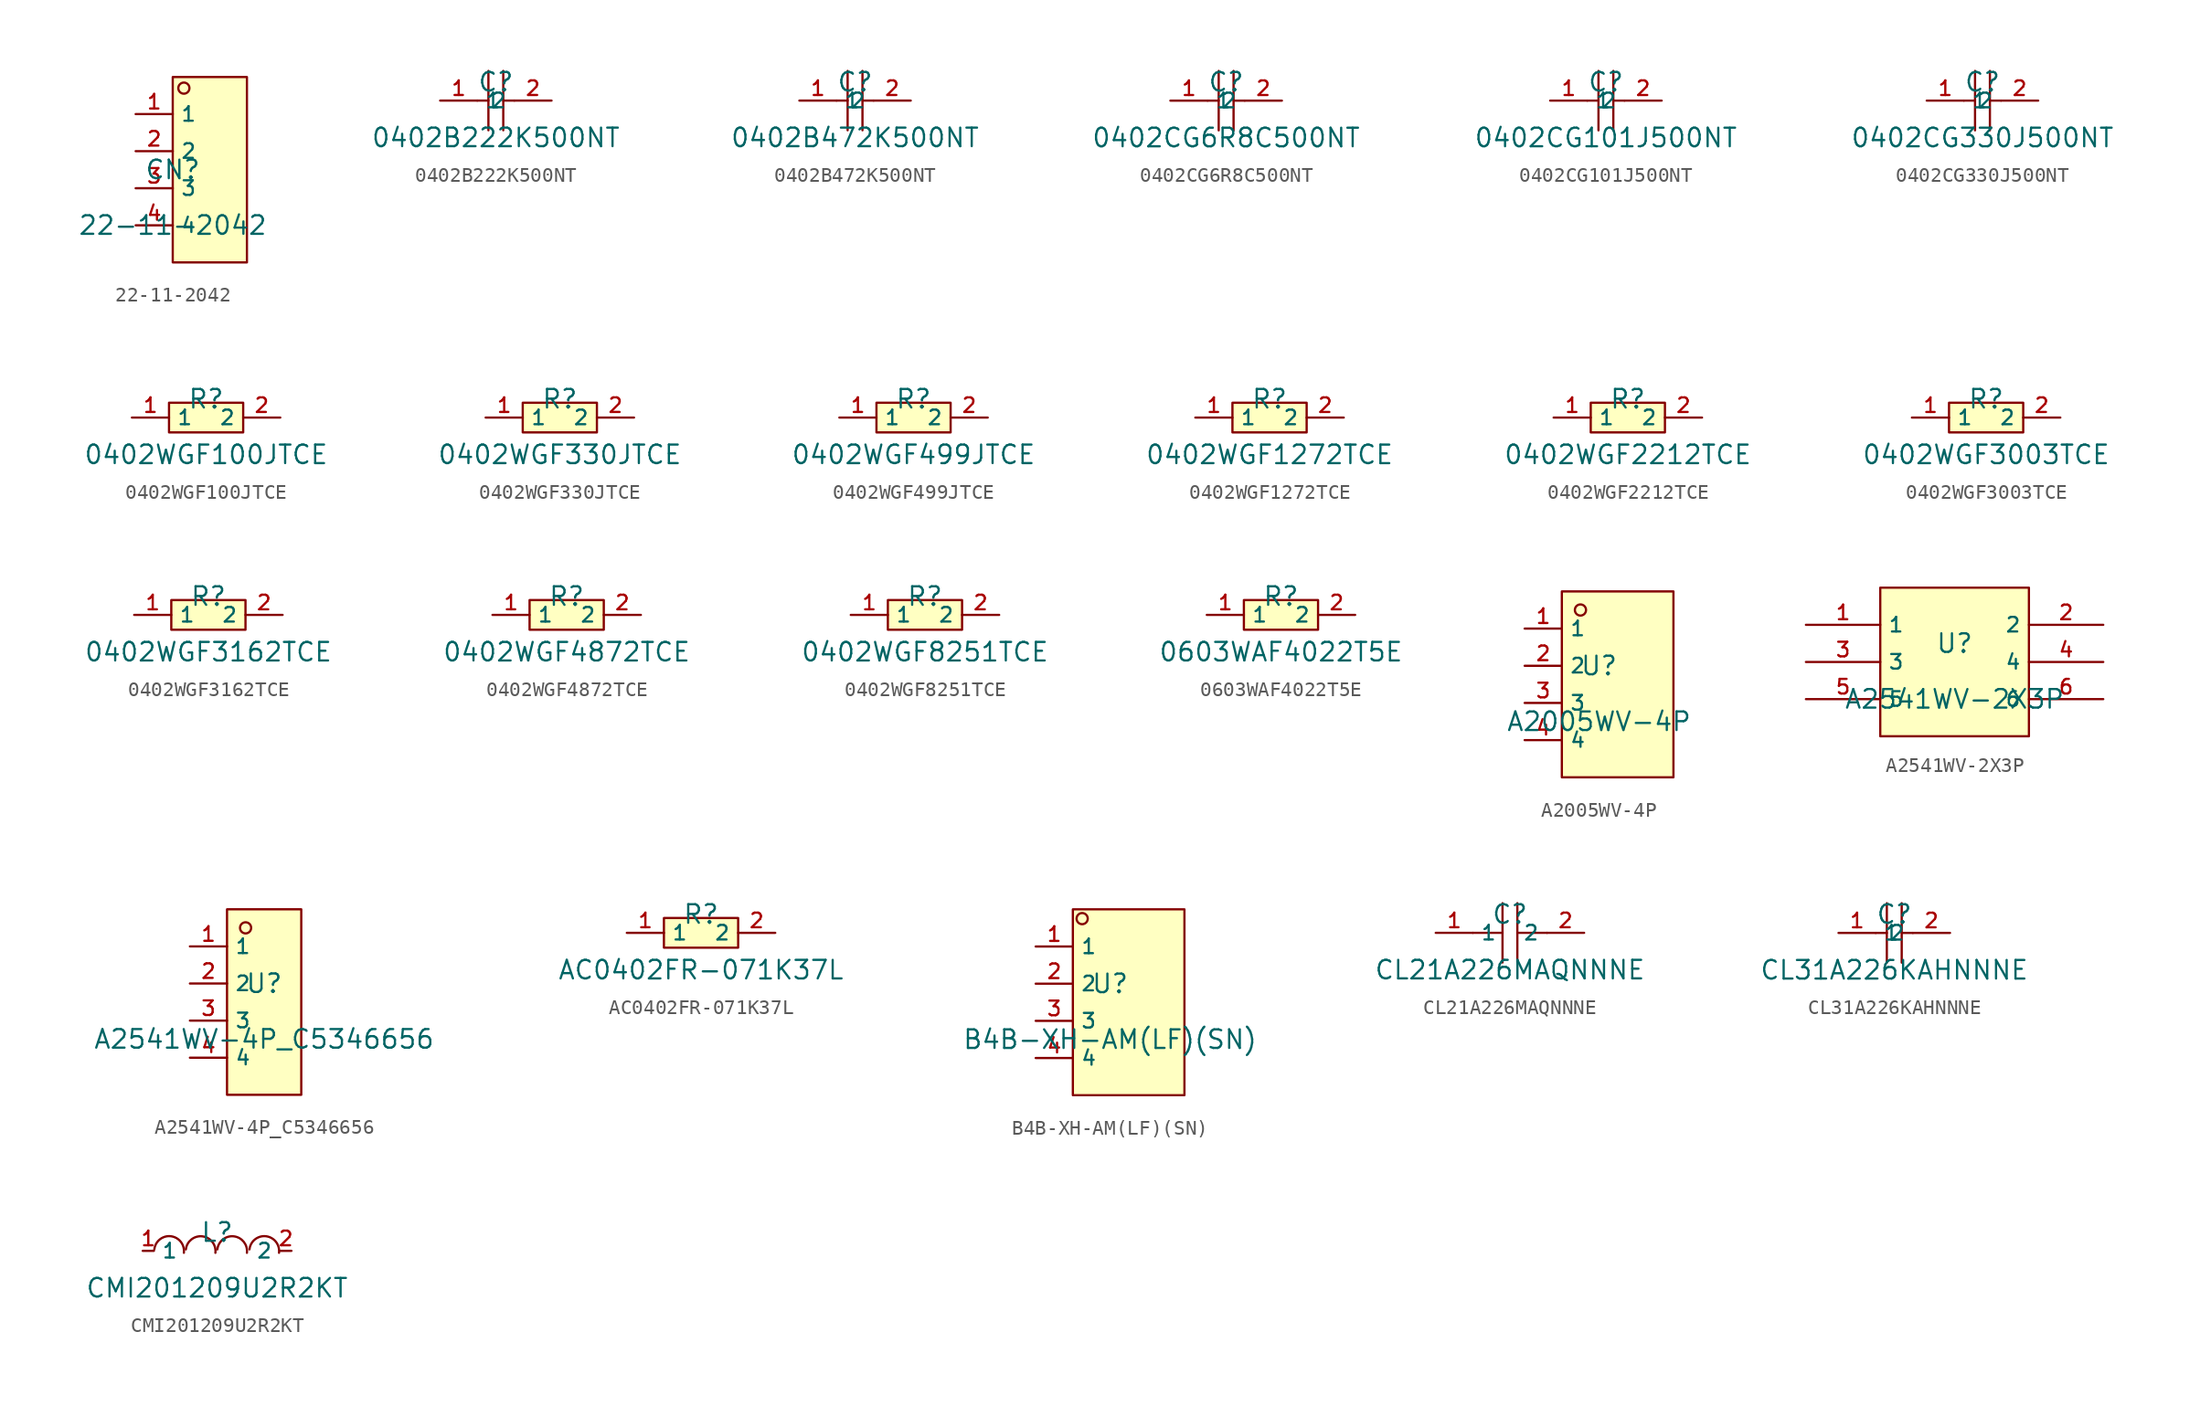
<source format=kicad_sym>
(kicad_symbol_lib
  (version 20241209)
  (generator "kicad_symbol_editor")
  (generator_version "9.0")
  (symbol "22-11-2042"
    (property "Reference" "CN"
      (at 0 1.27 0)
      (effects (font (size 1.27 1.27))))
    (property "Value" "22-11-2042"
      (at 0 -2.54 0)
      (effects (font (size 1.27 1.27))))
    (symbol "22-11-2042_0_1"
      (rectangle (start 0.0 7.62) (end 5.08 -5.08) (stroke (width 0) (type default) (color 0 0 0 0)) (fill (type background)))
      (circle (center 0.762 6.858) (radius 0.381) (stroke (width 0) (type default) (color 0 0 0 0)) (fill (type background)))
      (pin unspecified line (at -2.54 5.08 0) (length 2.54) (name "1" (effects (font (size 1 1)))) (number "1" (effects (font (size 1 1)))))
      (pin unspecified line (at -2.54 2.54 0) (length 2.54) (name "2" (effects (font (size 1 1)))) (number "2" (effects (font (size 1 1)))))
      (pin unspecified line (at -2.54 -0.0 0) (length 2.54) (name "3" (effects (font (size 1 1)))) (number "3" (effects (font (size 1 1)))))
      (pin unspecified line (at -2.54 -2.54 0) (length 2.54) (name "4" (effects (font (size 1 1)))) (number "4" (effects (font (size 1 1)))))))
  (symbol "0402B222K500NT"
    (property "Reference" "C"
      (at 0 1.27 0)
      (effects (font (size 1.27 1.27))))
    (property "Value" "0402B222K500NT"
      (at 0 -2.54 0)
      (effects (font (size 1.27 1.27))))
    (symbol "0402B222K500NT_0_1"
      (polyline (pts (xy -1.27 0) (xy -0.508 0)) (stroke (width 0) (type default)) (fill (type none)))
      (polyline (pts (xy -0.508 2.032) (xy -0.508 -2.032)) (stroke (width 0) (type default)) (fill (type none)))
      (polyline (pts (xy 0.508 2.032) (xy 0.508 -2.032)) (stroke (width 0) (type default)) (fill (type none)))
      (polyline (pts (xy 0.508 0) (xy 1.27 0)) (stroke (width 0) (type default)) (fill (type none)))
      (pin input line (at -3.81 0 0) (length 2.54) (name "1" (effects (font (size 1 1)))) (number "1" (effects (font (size 1 1)))))
      (pin input line (at 3.81 0 180) (length 2.54) (name "2" (effects (font (size 1 1)))) (number "2" (effects (font (size 1 1)))))))
  (symbol "0402B472K500NT"
    (property "Reference" "C"
      (at 0 1.27 0)
      (effects (font (size 1.27 1.27))))
    (property "Value" "0402B472K500NT"
      (at 0 -2.54 0)
      (effects (font (size 1.27 1.27))))
    (symbol "0402B472K500NT_0_1"
      (polyline (pts (xy -1.27 0) (xy -0.508 0)) (stroke (width 0) (type default)) (fill (type none)))
      (polyline (pts (xy -0.508 2.032) (xy -0.508 -2.032)) (stroke (width 0) (type default)) (fill (type none)))
      (polyline (pts (xy 0.508 2.032) (xy 0.508 -2.032)) (stroke (width 0) (type default)) (fill (type none)))
      (polyline (pts (xy 0.508 0) (xy 1.27 0)) (stroke (width 0) (type default)) (fill (type none)))
      (pin input line (at -3.81 0 0) (length 2.54) (name "1" (effects (font (size 1 1)))) (number "1" (effects (font (size 1 1)))))
      (pin input line (at 3.81 0 180) (length 2.54) (name "2" (effects (font (size 1 1)))) (number "2" (effects (font (size 1 1)))))))
  (symbol "0402CG6R8C500NT"
    (property "Reference" "C"
      (at 0 1.27 0)
      (effects (font (size 1.27 1.27))))
    (property "Value" "0402CG6R8C500NT"
      (at 0 -2.54 0)
      (effects (font (size 1.27 1.27))))
    (symbol "0402CG6R8C500NT_0_1"
      (polyline (pts (xy -1.27 0) (xy -0.508 0)) (stroke (width 0) (type default)) (fill (type none)))
      (polyline (pts (xy -0.508 2.032) (xy -0.508 -2.032)) (stroke (width 0) (type default)) (fill (type none)))
      (polyline (pts (xy 0.508 2.032) (xy 0.508 -2.032)) (stroke (width 0) (type default)) (fill (type none)))
      (polyline (pts (xy 0.508 0) (xy 1.27 0)) (stroke (width 0) (type default)) (fill (type none)))
      (pin input line (at -3.81 0 0) (length 2.54) (name "1" (effects (font (size 1 1)))) (number "1" (effects (font (size 1 1)))))
      (pin input line (at 3.81 0 180) (length 2.54) (name "2" (effects (font (size 1 1)))) (number "2" (effects (font (size 1 1)))))))
  (symbol "0402CG101J500NT"
    (property "Reference" "C"
      (at 0 1.27 0)
      (effects (font (size 1.27 1.27))))
    (property "Value" "0402CG101J500NT"
      (at 0 -2.54 0)
      (effects (font (size 1.27 1.27))))
    (symbol "0402CG101J500NT_0_1"
      (polyline (pts (xy -1.27 0) (xy -0.508 0)) (stroke (width 0) (type default)) (fill (type none)))
      (polyline (pts (xy -0.508 2.032) (xy -0.508 -2.032)) (stroke (width 0) (type default)) (fill (type none)))
      (polyline (pts (xy 0.508 2.032) (xy 0.508 -2.032)) (stroke (width 0) (type default)) (fill (type none)))
      (polyline (pts (xy 0.508 0) (xy 1.27 0)) (stroke (width 0) (type default)) (fill (type none)))
      (pin input line (at -3.81 0 0) (length 2.54) (name "1" (effects (font (size 1 1)))) (number "1" (effects (font (size 1 1)))))
      (pin input line (at 3.81 0 180) (length 2.54) (name "2" (effects (font (size 1 1)))) (number "2" (effects (font (size 1 1)))))))
  (symbol "0402CG330J500NT"
    (property "Reference" "C"
      (at 0 1.27 0)
      (effects (font (size 1.27 1.27))))
    (property "Value" "0402CG330J500NT"
      (at 0 -2.54 0)
      (effects (font (size 1.27 1.27))))
    (symbol "0402CG330J500NT_0_1"
      (polyline (pts (xy -1.27 0) (xy -0.508 0)) (stroke (width 0) (type default)) (fill (type none)))
      (polyline (pts (xy -0.508 2.032) (xy -0.508 -2.032)) (stroke (width 0) (type default)) (fill (type none)))
      (polyline (pts (xy 0.508 2.032) (xy 0.508 -2.032)) (stroke (width 0) (type default)) (fill (type none)))
      (polyline (pts (xy 0.508 0) (xy 1.27 0)) (stroke (width 0) (type default)) (fill (type none)))
      (pin input line (at -3.81 0 0) (length 2.54) (name "1" (effects (font (size 1 1)))) (number "1" (effects (font (size 1 1)))))
      (pin input line (at 3.81 0 180) (length 2.54) (name "2" (effects (font (size 1 1)))) (number "2" (effects (font (size 1 1)))))))
  (symbol "0402WGF100JTCE"
    (property "Reference" "R"
      (at 0 1.27 0)
      (effects (font (size 1.27 1.27))))
    (property "Value" "0402WGF100JTCE"
      (at 0 -2.54 0)
      (effects (font (size 1.27 1.27))))
    (symbol "0402WGF100JTCE_0_1"
      (rectangle (start -2.54 1.016) (end 2.54 -1.016) (stroke (width 0) (type default)) (fill (type background)))
      (pin input line (at -5.08 0 0) (length 2.54) (name "1" (effects (font (size 1 1)))) (number "1" (effects (font (size 1 1)))))
      (pin input line (at 5.08 0 180) (length 2.54) (name "2" (effects (font (size 1 1)))) (number "2" (effects (font (size 1 1)))))))
  (symbol "0402WGF330JTCE"
    (property "Reference" "R"
      (at 0 1.27 0)
      (effects (font (size 1.27 1.27))))
    (property "Value" "0402WGF330JTCE"
      (at 0 -2.54 0)
      (effects (font (size 1.27 1.27))))
    (symbol "0402WGF330JTCE_0_1"
      (pin input line (at 5.08 -0.0 180) (length 2.54) (name "2" (effects (font (size 1 1)))) (number "2" (effects (font (size 1 1)))))
      (pin input line (at -5.08 -0.0 0) (length 2.54) (name "1" (effects (font (size 1 1)))) (number "1" (effects (font (size 1 1)))))
      (rectangle (start -2.54 1.016) (end 2.54 -1.016) (stroke (width 0) (type default) (color 0 0 0 0)) (fill (type background)))))
  (symbol "0402WGF499JTCE"
    (property "Reference" "R"
      (at 0 1.27 0)
      (effects (font (size 1.27 1.27))))
    (property "Value" "0402WGF499JTCE"
      (at 0 -2.54 0)
      (effects (font (size 1.27 1.27))))
    (symbol "0402WGF499JTCE_0_1"
      (rectangle (start -2.54 1.016) (end 2.54 -1.016) (stroke (width 0) (type default)) (fill (type background)))
      (pin input line (at -5.08 0 0) (length 2.54) (name "1" (effects (font (size 1 1)))) (number "1" (effects (font (size 1 1)))))
      (pin input line (at 5.08 0 180) (length 2.54) (name "2" (effects (font (size 1 1)))) (number "2" (effects (font (size 1 1)))))))
  (symbol "0402WGF1272TCE"
    (property "Reference" "R"
      (at 0 1.27 0)
      (effects (font (size 1.27 1.27))))
    (property "Value" "0402WGF1272TCE"
      (at 0 -2.54 0)
      (effects (font (size 1.27 1.27))))
    (symbol "0402WGF1272TCE_0_1"
      (rectangle (start -2.54 1.016) (end 2.54 -1.016) (stroke (width 0) (type default)) (fill (type background)))
      (pin input line (at -5.08 0 0) (length 2.54) (name "1" (effects (font (size 1 1)))) (number "1" (effects (font (size 1 1)))))
      (pin input line (at 5.08 0 180) (length 2.54) (name "2" (effects (font (size 1 1)))) (number "2" (effects (font (size 1 1)))))))
  (symbol "0402WGF2212TCE"
    (property "Reference" "R"
      (at 0 1.27 0)
      (effects (font (size 1.27 1.27))))
    (property "Value" "0402WGF2212TCE"
      (at 0 -2.54 0)
      (effects (font (size 1.27 1.27))))
    (symbol "0402WGF2212TCE_0_1"
      (pin input line (at 5.08 -0.0 180) (length 2.54) (name "2" (effects (font (size 1 1)))) (number "2" (effects (font (size 1 1)))))
      (pin input line (at -5.08 -0.0 0) (length 2.54) (name "1" (effects (font (size 1 1)))) (number "1" (effects (font (size 1 1)))))
      (rectangle (start -2.54 1.016) (end 2.54 -1.016) (stroke (width 0) (type default) (color 0 0 0 0)) (fill (type background)))))
  (symbol "0402WGF3003TCE"
    (property "Reference" "R"
      (at 0 1.27 0)
      (effects (font (size 1.27 1.27))))
    (property "Value" "0402WGF3003TCE"
      (at 0 -2.54 0)
      (effects (font (size 1.27 1.27))))
    (symbol "0402WGF3003TCE_0_1"
      (pin input line (at 5.08 -0.0 180) (length 2.54) (name "2" (effects (font (size 1 1)))) (number "2" (effects (font (size 1 1)))))
      (pin input line (at -5.08 -0.0 0) (length 2.54) (name "1" (effects (font (size 1 1)))) (number "1" (effects (font (size 1 1)))))
      (rectangle (start -2.54 1.016) (end 2.54 -1.016) (stroke (width 0) (type default) (color 0 0 0 0)) (fill (type background)))))
  (symbol "0402WGF3162TCE"
    (property "Reference" "R"
      (at 0 1.27 0)
      (effects (font (size 1.27 1.27))))
    (property "Value" "0402WGF3162TCE"
      (at 0 -2.54 0)
      (effects (font (size 1.27 1.27))))
    (symbol "0402WGF3162TCE_0_1"
      (rectangle (start -2.54 1.016) (end 2.54 -1.016) (stroke (width 0) (type default)) (fill (type background)))
      (pin input line (at -5.08 0 0) (length 2.54) (name "1" (effects (font (size 1 1)))) (number "1" (effects (font (size 1 1)))))
      (pin input line (at 5.08 0 180) (length 2.54) (name "2" (effects (font (size 1 1)))) (number "2" (effects (font (size 1 1)))))))
  (symbol "0402WGF4872TCE"
    (property "Reference" "R"
      (at 0 1.27 0)
      (effects (font (size 1.27 1.27))))
    (property "Value" "0402WGF4872TCE"
      (at 0 -2.54 0)
      (effects (font (size 1.27 1.27))))
    (symbol "0402WGF4872TCE_0_1"
      (pin input line (at 5.08 -0.0 180) (length 2.54) (name "2" (effects (font (size 1 1)))) (number "2" (effects (font (size 1 1)))))
      (pin input line (at -5.08 -0.0 0) (length 2.54) (name "1" (effects (font (size 1 1)))) (number "1" (effects (font (size 1 1)))))
      (rectangle (start -2.54 1.016) (end 2.54 -1.016) (stroke (width 0) (type default) (color 0 0 0 0)) (fill (type background)))))
  (symbol "0402WGF8251TCE"
    (property "Reference" "R"
      (at 0 1.27 0)
      (effects (font (size 1.27 1.27))))
    (property "Value" "0402WGF8251TCE"
      (at 0 -2.54 0)
      (effects (font (size 1.27 1.27))))
    (symbol "0402WGF8251TCE_0_1"
      (rectangle (start -2.54 1.016) (end 2.54 -1.016) (stroke (width 0) (type default)) (fill (type background)))
      (pin input line (at -5.08 0 0) (length 2.54) (name "1" (effects (font (size 1 1)))) (number "1" (effects (font (size 1 1)))))
      (pin input line (at 5.08 0 180) (length 2.54) (name "2" (effects (font (size 1 1)))) (number "2" (effects (font (size 1 1)))))))
  (symbol "0603WAF4022T5E"
    (property "Reference" "R"
      (at 0 1.27 0)
      (effects (font (size 1.27 1.27))))
    (property "Value" "0603WAF4022T5E"
      (at 0 -2.54 0)
      (effects (font (size 1.27 1.27))))
    (symbol "0603WAF4022T5E_0_1"
      (rectangle (start -2.54 1.016) (end 2.54 -1.016) (stroke (width 0) (type default)) (fill (type background)))
      (pin input line (at -5.08 0 0) (length 2.54) (name "1" (effects (font (size 1 1)))) (number "1" (effects (font (size 1 1)))))
      (pin input line (at 5.08 0 180) (length 2.54) (name "2" (effects (font (size 1 1)))) (number "2" (effects (font (size 1 1)))))))
  (symbol "A2005WV-4P"
    (property "Reference" "U"
      (at 0 1.27 0)
      (effects (font (size 1.27 1.27))))
    (property "Value" "A2005WV-4P"
      (at 0 -2.54 0)
      (effects (font (size 1.27 1.27))))
    (symbol "A2005WV-4P_0_1"
      (rectangle (start -2.54 6.35) (end 5.08 -6.35) (stroke (width 0) (type default)) (fill (type background)))
      (circle (center -1.27 5.08) (radius 0.381) (stroke (width 0) (type default)) (fill (type background)))
      (pin unspecified line (at -5.08 3.81 0) (length 2.54) (name "1" (effects (font (size 1 1)))) (number "1" (effects (font (size 1 1)))))
      (pin unspecified line (at -5.08 1.27 0) (length 2.54) (name "2" (effects (font (size 1 1)))) (number "2" (effects (font (size 1 1)))))
      (pin unspecified line (at -5.08 -1.27 0) (length 2.54) (name "3" (effects (font (size 1 1)))) (number "3" (effects (font (size 1 1)))))
      (pin unspecified line (at -5.08 -3.81 0) (length 2.54) (name "4" (effects (font (size 1 1)))) (number "4" (effects (font (size 1 1)))))))
  (symbol "A2541WV-2X3P"
    (property "Reference" "U"
      (at 0 1.27 0)
      (effects (font (size 1.27 1.27))))
    (property "Value" "A2541WV-2X3P"
      (at 0 -2.54 0)
      (effects (font (size 1.27 1.27))))
    (symbol "A2541WV-2X3P_0_1"
      (rectangle (start -5.08 5.08) (end 5.08 -5.08) (stroke (width 0) (type default)) (fill (type background)))
      (pin unspecified line (at -10.16 2.54 0) (length 5.08) (name "1" (effects (font (size 1 1)))) (number "1" (effects (font (size 1 1)))))
      (pin unspecified line (at -10.16 0 0) (length 5.08) (name "3" (effects (font (size 1 1)))) (number "3" (effects (font (size 1 1)))))
      (pin unspecified line (at -10.16 -2.54 0) (length 5.08) (name "5" (effects (font (size 1 1)))) (number "5" (effects (font (size 1 1)))))
      (pin unspecified line (at 10.16 2.54 180) (length 5.08) (name "2" (effects (font (size 1 1)))) (number "2" (effects (font (size 1 1)))))
      (pin unspecified line (at 10.16 0 180) (length 5.08) (name "4" (effects (font (size 1 1)))) (number "4" (effects (font (size 1 1)))))
      (pin unspecified line (at 10.16 -2.54 180) (length 5.08) (name "6" (effects (font (size 1 1)))) (number "6" (effects (font (size 1 1)))))))
  (symbol "A2541WV-4P_C5346656"
    (property "Reference" "U"
      (at 0 1.27 0)
      (effects (font (size 1.27 1.27))))
    (property "Value" "A2541WV-4P_C5346656"
      (at 0 -2.54 0)
      (effects (font (size 1.27 1.27))))
    (symbol "A2541WV-4P_C5346656_0_1"
      (rectangle (start -2.54 6.35) (end 2.54 -6.35) (stroke (width 0) (type default) (color 0 0 0 0)) (fill (type background)))
      (circle (center -1.27 5.08) (radius 0.381) (stroke (width 0) (type default) (color 0 0 0 0)) (fill (type background)))
      (pin unspecified line (at -5.08 3.81 0) (length 2.54) (name "1" (effects (font (size 1 1)))) (number "1" (effects (font (size 1 1)))))
      (pin unspecified line (at -5.08 1.27 0) (length 2.54) (name "2" (effects (font (size 1 1)))) (number "2" (effects (font (size 1 1)))))
      (pin unspecified line (at -5.08 -1.27 0) (length 2.54) (name "3" (effects (font (size 1 1)))) (number "3" (effects (font (size 1 1)))))
      (pin unspecified line (at -5.08 -3.81 0) (length 2.54) (name "4" (effects (font (size 1 1)))) (number "4" (effects (font (size 1 1)))))))
  (symbol "AC0402FR-071K37L"
    (property "Reference" "R"
      (at 0 1.27 0)
      (effects (font (size 1.27 1.27))))
    (property "Value" "AC0402FR-071K37L"
      (at 0 -2.54 0)
      (effects (font (size 1.27 1.27))))
    (symbol "AC0402FR-071K37L_0_1"
      (rectangle (start -2.54 1.016) (end 2.54 -1.016) (stroke (width 0) (type default)) (fill (type background)))
      (pin unspecified line (at -5.08 0 0) (length 2.54) (name "1" (effects (font (size 1 1)))) (number "1" (effects (font (size 1 1)))))
      (pin unspecified line (at 5.08 0 180) (length 2.54) (name "2" (effects (font (size 1 1)))) (number "2" (effects (font (size 1 1)))))))
  (symbol "B4B-XH-AM(LF)(SN)"
    (property "Reference" "U"
      (at 0 1.27 0)
      (effects (font (size 1.27 1.27))))
    (property "Value" "B4B-XH-AM(LF)(SN)"
      (at 0 -2.54 0)
      (effects (font (size 1.27 1.27))))
    (symbol "B4B-XH-AM(LF)(SN)_0_1"
      (rectangle (start -2.54 6.35) (end 5.08 -6.35) (stroke (width 0) (type default) (color 0 0 0 0)) (fill (type background)))
      (circle (center -1.905 5.715) (radius 0.381) (stroke (width 0) (type default) (color 0 0 0 0)) (fill (type background)))
      (pin unspecified line (at -5.08 3.81 0) (length 2.54) (name "1" (effects (font (size 1 1)))) (number "1" (effects (font (size 1 1)))))
      (pin unspecified line (at -5.08 1.27 0) (length 2.54) (name "2" (effects (font (size 1 1)))) (number "2" (effects (font (size 1 1)))))
      (pin unspecified line (at -5.08 -1.27 0) (length 2.54) (name "3" (effects (font (size 1 1)))) (number "3" (effects (font (size 1 1)))))
      (pin unspecified line (at -5.08 -3.81 0) (length 2.54) (name "4" (effects (font (size 1 1)))) (number "4" (effects (font (size 1 1)))))))
  (symbol "CL21A226MAQNNNE"
    (property "Reference" "C"
      (at 0 1.27 0)
      (effects (font (size 1.27 1.27))))
    (property "Value" "CL21A226MAQNNNE"
      (at 0 -2.54 0)
      (effects (font (size 1.27 1.27))))
    (symbol "CL21A226MAQNNNE_0_1"
      (polyline (pts (xy -0.508 0) (xy -2.54 0)) (stroke (width 0) (type default)) (fill (type none)))
      (polyline (pts (xy -0.508 -2.032) (xy -0.508 2.032)) (stroke (width 0) (type default)) (fill (type none)))
      (polyline (pts (xy 0.508 2.032) (xy 0.508 -2.032)) (stroke (width 0) (type default)) (fill (type none)))
      (polyline (pts (xy 2.54 0) (xy 0.508 0)) (stroke (width 0) (type default)) (fill (type none)))
      (pin unspecified line (at -5.08 0 0) (length 2.54) (name "1" (effects (font (size 1 1)))) (number "1" (effects (font (size 1 1)))))
      (pin unspecified line (at 5.08 0 180) (length 2.54) (name "2" (effects (font (size 1 1)))) (number "2" (effects (font (size 1 1)))))))
  (symbol "CL31A226KAHNNNE"
    (property "Reference" "C"
      (at 0 1.27 0)
      (effects (font (size 1.27 1.27))))
    (property "Value" "CL31A226KAHNNNE"
      (at 0 -2.54 0)
      (effects (font (size 1.27 1.27))))
    (symbol "CL31A226KAHNNNE_0_1"
      (polyline (pts (xy -1.27 0) (xy -0.508 0)) (stroke (width 0) (type default)) (fill (type none)))
      (polyline (pts (xy -0.508 2.032) (xy -0.508 -2.032)) (stroke (width 0) (type default)) (fill (type none)))
      (polyline (pts (xy 0.508 2.032) (xy 0.508 -2.032)) (stroke (width 0) (type default)) (fill (type none)))
      (polyline (pts (xy 0.508 0) (xy 1.27 0)) (stroke (width 0) (type default)) (fill (type none)))
      (pin input line (at -3.81 0 0) (length 2.54) (name "1" (effects (font (size 1 1)))) (number "1" (effects (font (size 1 1)))))
      (pin input line (at 3.81 0 180) (length 2.54) (name "2" (effects (font (size 1 1)))) (number "2" (effects (font (size 1 1)))))))
  (symbol "CMI201209U2R2KT"
    (property "Reference" "L"
      (at 0 1.27 0)
      (effects (font (size 1.27 1.27))))
    (property "Value" "CMI201209U2R2KT"
      (at 0 -2.54 0)
      (effects (font (size 1.27 1.27))))
    (symbol "CMI201209U2R2KT_0_1"
      (pin unspecified line (at 5.08 -0.0 180) (length 0.762) (name "2" (effects (font (size 1 1)))) (number "2" (effects (font (size 1 1)))))
      (pin unspecified line (at -5.08 -0.0 0) (length 0.762) (name "1" (effects (font (size 1 1)))) (number "1" (effects (font (size 1 1)))))
      (arc (start -2.2674329295749627 -0.1341053884638828) (mid -3.159011207982224 0.9926636483439573) (end -4.285780231504512 0.10108535314652943) (stroke (width 0) (type default) (color 0 0 0 0)) (fill (type none)))
      (arc (start -0.11354180781656804 -0.13565983668102555) (mid -1.0048024524285457 0.9913604595340889) (end -2.131822737142134 0.10009980037815772) (stroke (width 0) (type default) (color 0 0 0 0)) (fill (type none)))
      (arc (start 2.0378424949520375 -0.13565983668102555) (mid 1.1465818503400598 0.9913604595340889) (end 0.019561565626471496 0.10009980037815772) (stroke (width 0) (type default) (color 0 0 0 0)) (fill (type none)))
      (arc (start 4.231170015864318 -0.13410572965492382) (mid 3.3395921275494644 0.9926636202288113) (end 2.2128227952408546 0.10108570970264838) (stroke (width 0) (type default) (color 0 0 0 0)) (fill (type none))))))
</source>
